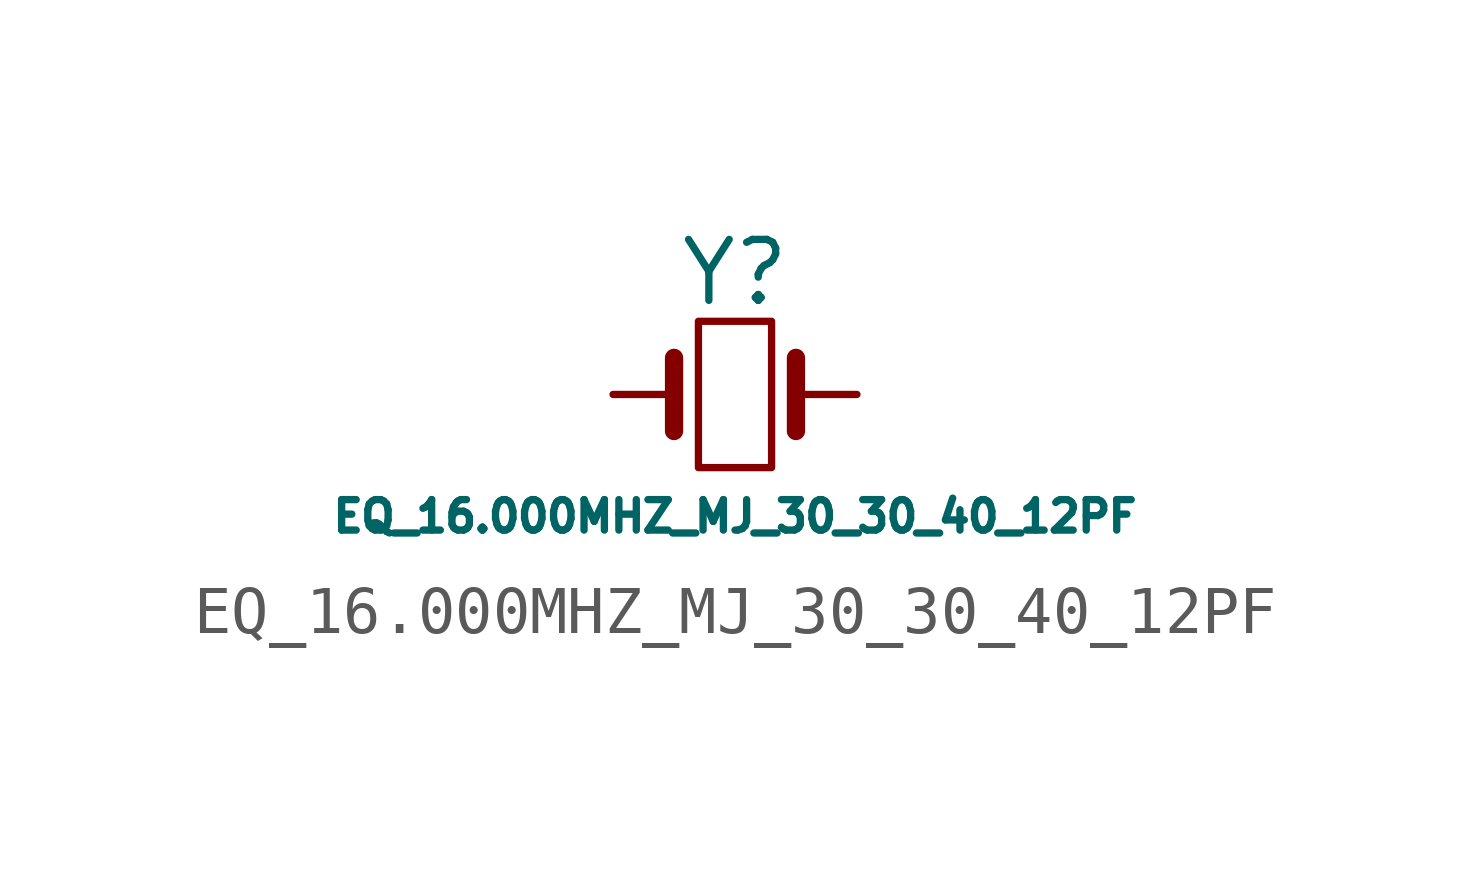
<source format=kicad_sym>
(kicad_symbol_lib
  (version 20211014)
  (generator kicad_symbol_editor)
  (symbol "EQ_16.000MHZ_MJ_30_30_40_12PF"
    (pin_numbers hide)
    (pin_names
      (offset 1.016) hide)
    (property "Reference" "Y"
      (at 0 2.54 0)
      (effects (font (size 1.27 1.27))))
    (property "Value" "EQ_16.000MHZ_MJ_30_30_40_12PF"
      (at 0 -2.54 0)
      (effects (font (size 0.635 0.635))))
    (symbol "EQ_16.000MHZ_MJ_30_30_40_12PF_0_1"
      (rectangle (start -0.762 -1.524) (end 0.762 1.524) (stroke (width 0) (type default) (color 0 0 0 0)) (fill (type none)))
      (polyline (pts (xy -1.27 -0.762) (xy -1.27 0.762)) (stroke (width 0.381) (type default) (color 0 0 0 0)) (fill (type none)))
      (polyline (pts (xy 1.27 -0.762) (xy 1.27 0.762)) (stroke (width 0.381) (type default) (color 0 0 0 0)) (fill (type none))))
    (symbol "EQ_16.000MHZ_MJ_30_30_40_12PF_1_1"
      (pin passive line (at -2.54 0 0) (length 1.27) (name "1" (effects (font (size 1.27 1.27)))) (number "1" (effects (font (size 1.27 1.27)))))
      (pin passive line (at 2.54 0 180) (length 1.27) (name "3" (effects (font (size 1.27 1.27)))) (number "3" (effects (font (size 1.27 1.27))))))))
</source>
